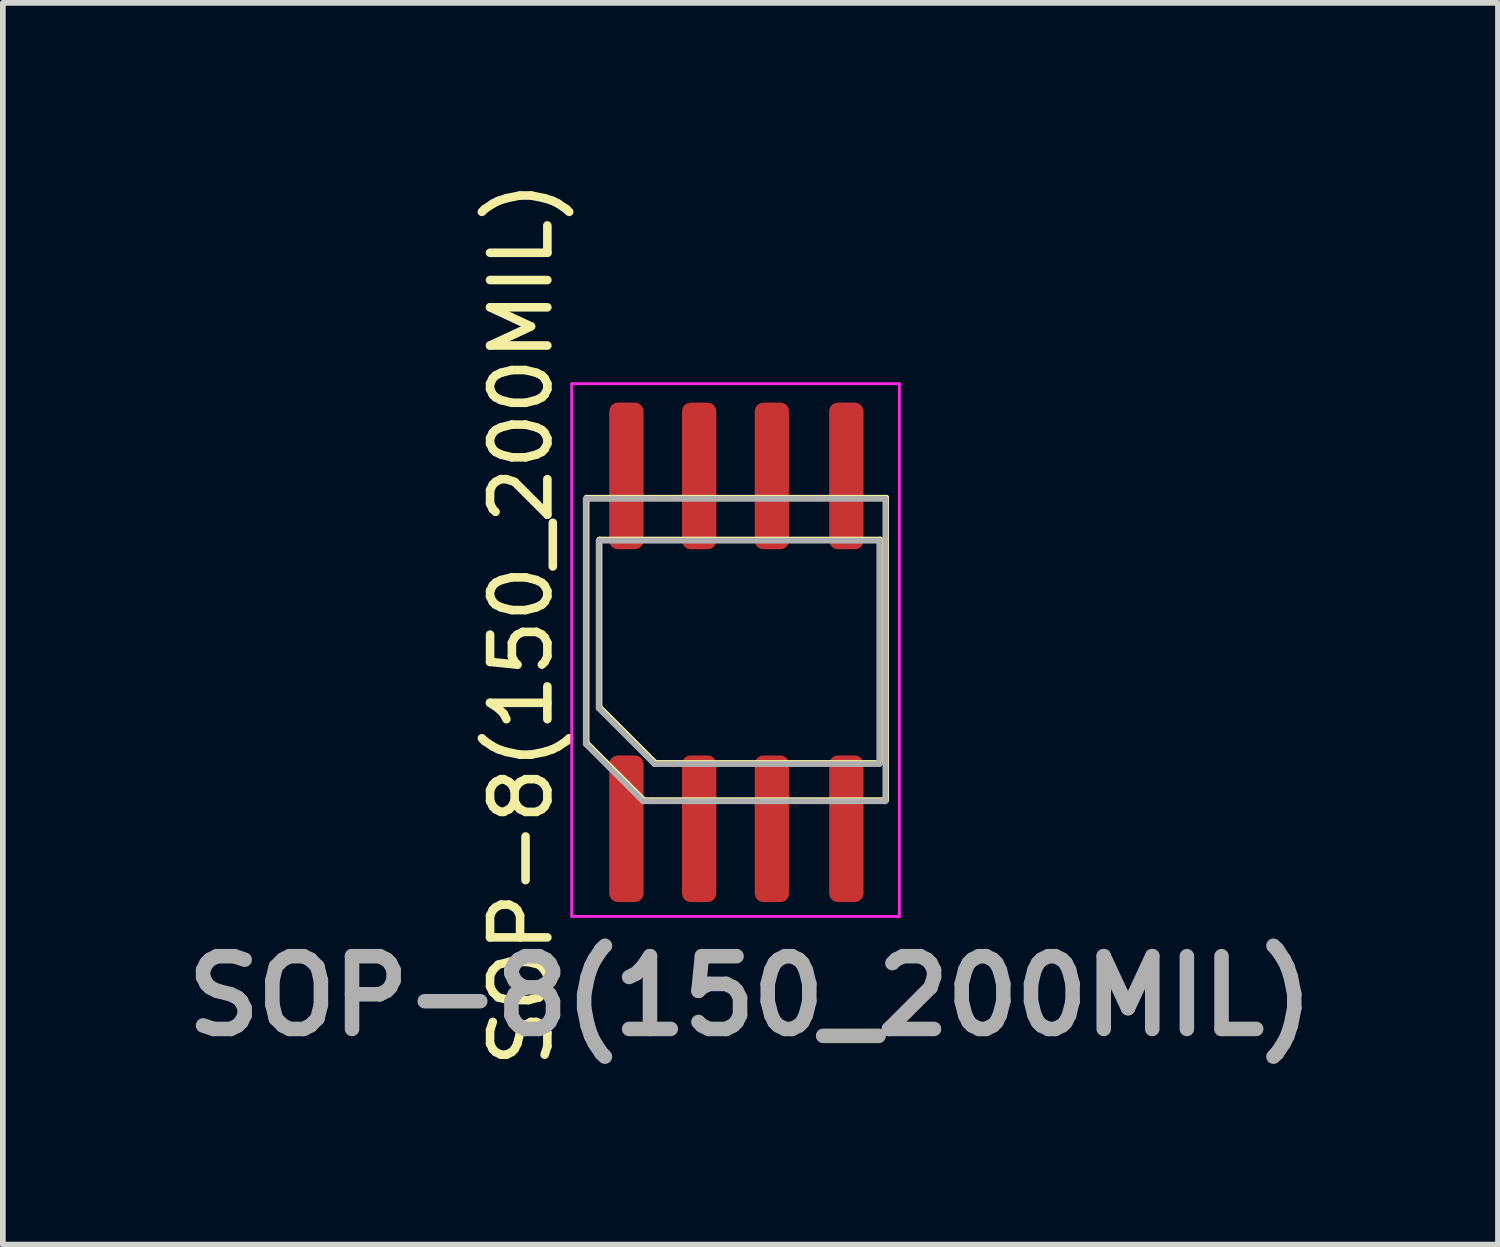
<source format=kicad_pcb>
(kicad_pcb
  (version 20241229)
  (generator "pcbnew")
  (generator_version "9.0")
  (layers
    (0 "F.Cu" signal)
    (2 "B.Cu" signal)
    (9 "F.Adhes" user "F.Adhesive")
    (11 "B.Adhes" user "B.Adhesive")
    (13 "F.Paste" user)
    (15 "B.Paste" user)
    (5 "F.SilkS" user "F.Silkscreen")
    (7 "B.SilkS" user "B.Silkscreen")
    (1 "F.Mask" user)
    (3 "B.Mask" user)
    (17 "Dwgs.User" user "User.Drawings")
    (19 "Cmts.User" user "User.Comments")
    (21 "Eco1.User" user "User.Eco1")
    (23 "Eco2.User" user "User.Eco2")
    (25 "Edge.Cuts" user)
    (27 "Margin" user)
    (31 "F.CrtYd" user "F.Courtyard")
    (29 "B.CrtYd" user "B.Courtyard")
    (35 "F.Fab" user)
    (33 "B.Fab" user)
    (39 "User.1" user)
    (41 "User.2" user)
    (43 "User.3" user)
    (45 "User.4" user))
  (footprint "SOP-8(150_200MIL)"
    (layer "F.Cu")
    (at 3.551 8.339)
    (property "Reference" "SOP-8(150_200MIL)" (at 2.5 -0.5 90) (unlocked yes) (layer "F.SilkS") (effects (font (size 1 1) (thickness 0.15))))
    (attr smd)
    (fp_line (start 3.64 -2.7) (end 8.87 -2.7) (stroke (width 0.1) (type solid)) (layer "F.SilkS"))
    (fp_line (start 3.64 1.58) (end 3.64 -2.7) (stroke (width 0.1) (type solid)) (layer "F.SilkS"))
    (fp_line (start 3.865 -1.97) (end 8.765 -1.97) (stroke (width 0.1) (type solid)) (layer "F.SilkS"))
    (fp_line (start 3.865 0.955) (end 3.865 -1.97) (stroke (width 0.1) (type solid)) (layer "F.SilkS"))
    (fp_line (start 4.64 2.58) (end 3.64 1.58) (stroke (width 0.1) (type solid)) (layer "F.SilkS"))
    (fp_line (start 4.84 1.93) (end 3.865 0.955) (stroke (width 0.1) (type solid)) (layer "F.SilkS"))
    (fp_line (start 8.765 -1.97) (end 8.765 1.93) (stroke (width 0.1) (type solid)) (layer "F.SilkS"))
    (fp_line (start 8.765 1.93) (end 4.84 1.93) (stroke (width 0.1) (type solid)) (layer "F.SilkS"))
    (fp_line (start 8.87 -2.7) (end 8.87 2.58) (stroke (width 0.1) (type solid)) (layer "F.SilkS"))
    (fp_line (start 8.87 2.58) (end 4.64 2.58) (stroke (width 0.1) (type solid)) (layer "F.SilkS"))
    (fp_line (start 3.38 -4.69) (end 3.38 4.61) (stroke (width 0.05) (type solid)) (layer "F.CrtYd"))
    (fp_line (start 3.38 4.61) (end 9.1 4.61) (stroke (width 0.05) (type solid)) (layer "F.CrtYd"))
    (fp_line (start 9.1 -4.69) (end 3.38 -4.69) (stroke (width 0.05) (type solid)) (layer "F.CrtYd"))
    (fp_line (start 9.1 4.61) (end 9.1 -4.69) (stroke (width 0.05) (type solid)) (layer "F.CrtYd"))
    (fp_line (start 3.625 -2.68) (end 8.855 -2.68) (stroke (width 0.1) (type solid)) (layer "F.Fab"))
    (fp_line (start 3.625 1.6) (end 3.625 -2.68) (stroke (width 0.1) (type solid)) (layer "F.Fab"))
    (fp_line (start 3.85 -1.95) (end 8.75 -1.95) (stroke (width 0.1) (type solid)) (layer "F.Fab"))
    (fp_line (start 3.85 0.975) (end 3.85 -1.95) (stroke (width 0.1) (type solid)) (layer "F.Fab"))
    (fp_line (start 4.625 2.6) (end 3.625 1.6) (stroke (width 0.1) (type solid)) (layer "F.Fab"))
    (fp_line (start 4.825 1.95) (end 3.85 0.975) (stroke (width 0.1) (type solid)) (layer "F.Fab"))
    (fp_line (start 8.75 -1.95) (end 8.75 1.95) (stroke (width 0.1) (type solid)) (layer "F.Fab"))
    (fp_line (start 8.75 1.95) (end 4.825 1.95) (stroke (width 0.1) (type solid)) (layer "F.Fab"))
    (fp_line (start 8.855 -2.68) (end 8.855 2.6) (stroke (width 0.1) (type solid)) (layer "F.Fab"))
    (fp_line (start 8.855 2.6) (end 4.625 2.6) (stroke (width 0.1) (type solid)) (layer "F.Fab"))
    (fp_text user "${REFERENCE}" (at 6.5 6 0) (layer "F.Fab") (effects (font (size 1.27 1.27) (thickness 0.254))))
    (pad "1" smd roundrect (at 4.335 3.08 270) (size 2.56 0.6) (layers "F.Cu" "F.Mask" "F.Paste") (roundrect_rratio 0.25))
    (pad "2" smd roundrect (at 5.605 3.08 90) (size 2.56 0.6) (layers "F.Cu" "F.Mask" "F.Paste") (roundrect_rratio 0.25))
    (pad "3" smd roundrect (at 6.875 3.08 90) (size 2.56 0.6) (layers "F.Cu" "F.Mask" "F.Paste") (roundrect_rratio 0.25))
    (pad "4" smd roundrect (at 8.175 3.08 90) (size 2.56 0.6) (layers "F.Cu" "F.Mask" "F.Paste") (roundrect_rratio 0.25))
    (pad "5" smd roundrect (at 8.175 -3.08 90) (size 2.56 0.6) (layers "F.Cu" "F.Mask" "F.Paste") (roundrect_rratio 0.25))
    (pad "6" smd roundrect (at 6.875 -3.08 90) (size 2.56 0.6) (layers "F.Cu" "F.Mask" "F.Paste") (roundrect_rratio 0.25))
    (pad "7" smd roundrect (at 5.605 -3.08 90) (size 2.56 0.6) (layers "F.Cu" "F.Mask" "F.Paste") (roundrect_rratio 0.25))
    (pad "8" smd roundrect (at 4.335 -3.08 90) (size 2.56 0.6) (layers "F.Cu" "F.Mask" "F.Paste") (roundrect_rratio 0.25)))
  (gr_rect
    (start -3 -3)
    (end 23.102 18.679)
    (stroke (width 0.1) (type default))
    (fill no)
    (layer "Edge.Cuts")))
</source>
